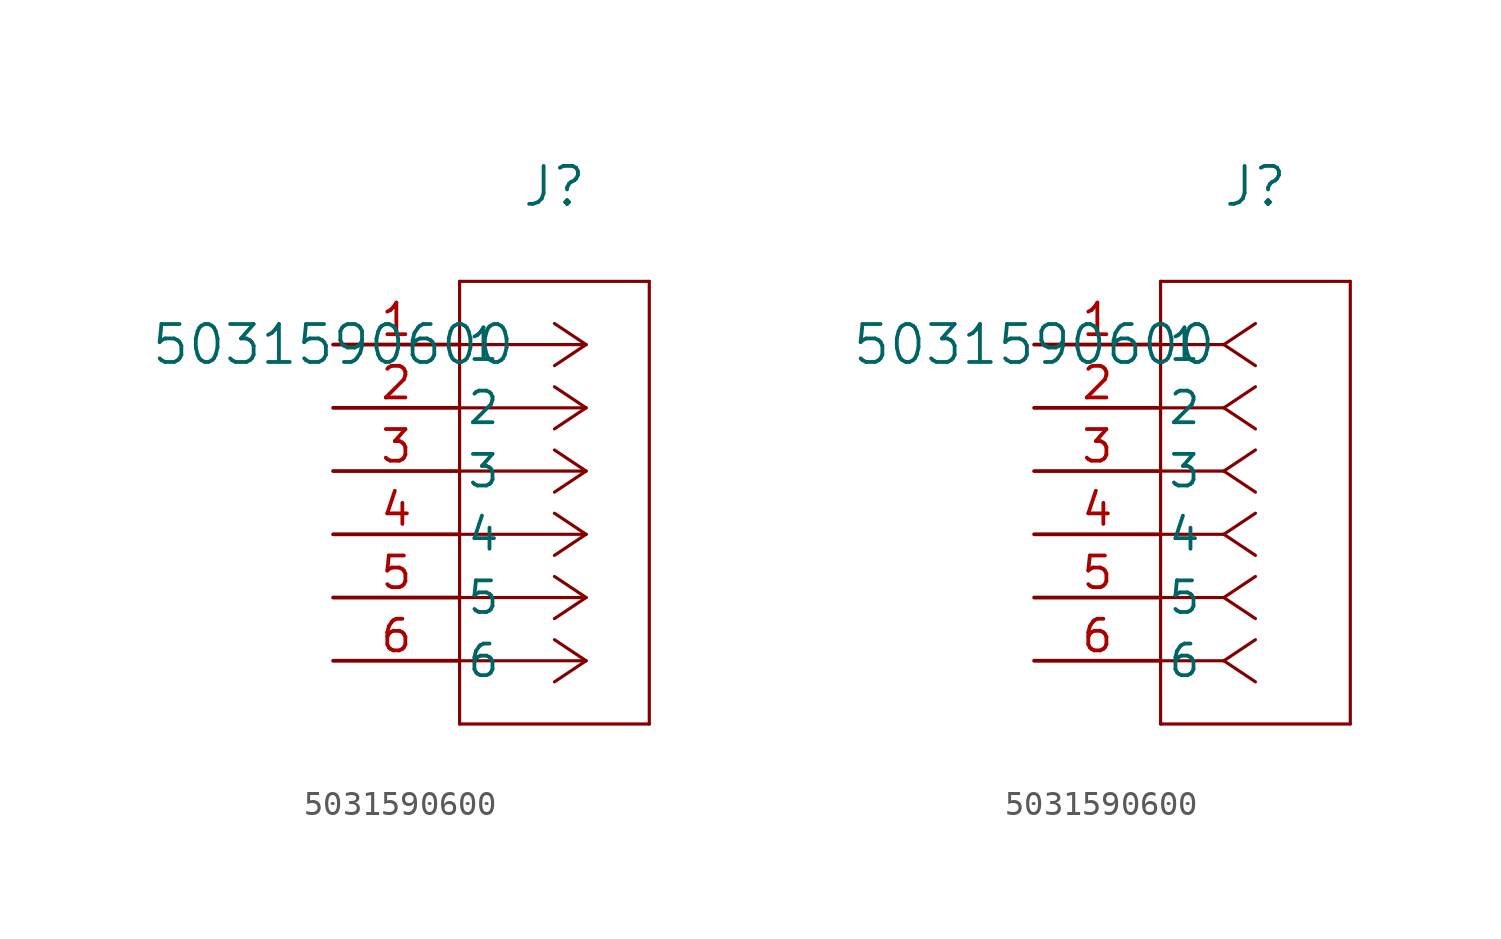
<source format=kicad_sym>
(kicad_symbol_lib
  (version 20211014)
  (generator kicad_symbol_editor)
  (symbol "5031590600"
    (pin_names
      (offset 0.254))
    (property "Reference" "J"
      (at 8.89 6.35 0)
      (effects (font (size 1.524 1.524))))
    (property "Value" "5031590600"
      (at 0 0 0)
      (effects (font (size 1.524 1.524))))
    (symbol "5031590600_1_1"
      (polyline (pts (xy 10.16 0) (xy 5.08 0)) (stroke (width 0.127) (type default) (color 0 0 0 0)) (fill (type none)))
      (polyline (pts (xy 10.16 -2.54) (xy 5.08 -2.54)) (stroke (width 0.127) (type default) (color 0 0 0 0)) (fill (type none)))
      (polyline (pts (xy 10.16 -5.08) (xy 5.08 -5.08)) (stroke (width 0.127) (type default) (color 0 0 0 0)) (fill (type none)))
      (polyline (pts (xy 10.16 -7.62) (xy 5.08 -7.62)) (stroke (width 0.127) (type default) (color 0 0 0 0)) (fill (type none)))
      (polyline (pts (xy 10.16 -10.16) (xy 5.08 -10.16)) (stroke (width 0.127) (type default) (color 0 0 0 0)) (fill (type none)))
      (polyline (pts (xy 10.16 -12.7) (xy 5.08 -12.7)) (stroke (width 0.127) (type default) (color 0 0 0 0)) (fill (type none)))
      (polyline (pts (xy 10.16 0) (xy 8.89 0.847)) (stroke (width 0.127) (type default) (color 0 0 0 0)) (fill (type none)))
      (polyline (pts (xy 10.16 -2.54) (xy 8.89 -1.693)) (stroke (width 0.127) (type default) (color 0 0 0 0)) (fill (type none)))
      (polyline (pts (xy 10.16 -5.08) (xy 8.89 -4.233)) (stroke (width 0.127) (type default) (color 0 0 0 0)) (fill (type none)))
      (polyline (pts (xy 10.16 -7.62) (xy 8.89 -6.773)) (stroke (width 0.127) (type default) (color 0 0 0 0)) (fill (type none)))
      (polyline (pts (xy 10.16 -10.16) (xy 8.89 -9.313)) (stroke (width 0.127) (type default) (color 0 0 0 0)) (fill (type none)))
      (polyline (pts (xy 10.16 -12.7) (xy 8.89 -11.853)) (stroke (width 0.127) (type default) (color 0 0 0 0)) (fill (type none)))
      (polyline (pts (xy 10.16 0) (xy 8.89 -0.847)) (stroke (width 0.127) (type default) (color 0 0 0 0)) (fill (type none)))
      (polyline (pts (xy 10.16 -2.54) (xy 8.89 -3.387)) (stroke (width 0.127) (type default) (color 0 0 0 0)) (fill (type none)))
      (polyline (pts (xy 10.16 -5.08) (xy 8.89 -5.927)) (stroke (width 0.127) (type default) (color 0 0 0 0)) (fill (type none)))
      (polyline (pts (xy 10.16 -7.62) (xy 8.89 -8.467)) (stroke (width 0.127) (type default) (color 0 0 0 0)) (fill (type none)))
      (polyline (pts (xy 10.16 -10.16) (xy 8.89 -11.007)) (stroke (width 0.127) (type default) (color 0 0 0 0)) (fill (type none)))
      (polyline (pts (xy 10.16 -12.7) (xy 8.89 -13.547)) (stroke (width 0.127) (type default) (color 0 0 0 0)) (fill (type none)))
      (polyline (pts (xy 5.08 2.54) (xy 5.08 -15.24)) (stroke (width 0.127) (type default) (color 0 0 0 0)) (fill (type none)))
      (polyline (pts (xy 5.08 -15.24) (xy 12.7 -15.24)) (stroke (width 0.127) (type default) (color 0 0 0 0)) (fill (type none)))
      (polyline (pts (xy 12.7 -15.24) (xy 12.7 2.54)) (stroke (width 0.127) (type default) (color 0 0 0 0)) (fill (type none)))
      (polyline (pts (xy 12.7 2.54) (xy 5.08 2.54)) (stroke (width 0.127) (type default) (color 0 0 0 0)) (fill (type none)))
      (pin unspecified line (at 0 0 0) (length 5.08) (name "1" (effects (font (size 1.27 1.27)))) (number "1" (effects (font (size 1.27 1.27)))))
      (pin unspecified line (at 0 -2.54 0) (length 5.08) (name "2" (effects (font (size 1.27 1.27)))) (number "2" (effects (font (size 1.27 1.27)))))
      (pin unspecified line (at 0 -5.08 0) (length 5.08) (name "3" (effects (font (size 1.27 1.27)))) (number "3" (effects (font (size 1.27 1.27)))))
      (pin unspecified line (at 0 -7.62 0) (length 5.08) (name "4" (effects (font (size 1.27 1.27)))) (number "4" (effects (font (size 1.27 1.27)))))
      (pin unspecified line (at 0 -10.16 0) (length 5.08) (name "5" (effects (font (size 1.27 1.27)))) (number "5" (effects (font (size 1.27 1.27)))))
      (pin unspecified line (at 0 -12.7 0) (length 5.08) (name "6" (effects (font (size 1.27 1.27)))) (number "6" (effects (font (size 1.27 1.27))))))
    (symbol "5031590600_1_2"
      (polyline (pts (xy 7.62 0) (xy 5.08 0)) (stroke (width 0.127) (type default) (color 0 0 0 0)) (fill (type none)))
      (polyline (pts (xy 7.62 -2.54) (xy 5.08 -2.54)) (stroke (width 0.127) (type default) (color 0 0 0 0)) (fill (type none)))
      (polyline (pts (xy 7.62 -5.08) (xy 5.08 -5.08)) (stroke (width 0.127) (type default) (color 0 0 0 0)) (fill (type none)))
      (polyline (pts (xy 7.62 -7.62) (xy 5.08 -7.62)) (stroke (width 0.127) (type default) (color 0 0 0 0)) (fill (type none)))
      (polyline (pts (xy 7.62 -10.16) (xy 5.08 -10.16)) (stroke (width 0.127) (type default) (color 0 0 0 0)) (fill (type none)))
      (polyline (pts (xy 7.62 -12.7) (xy 5.08 -12.7)) (stroke (width 0.127) (type default) (color 0 0 0 0)) (fill (type none)))
      (polyline (pts (xy 7.62 0) (xy 8.89 0.847)) (stroke (width 0.127) (type default) (color 0 0 0 0)) (fill (type none)))
      (polyline (pts (xy 7.62 -2.54) (xy 8.89 -1.693)) (stroke (width 0.127) (type default) (color 0 0 0 0)) (fill (type none)))
      (polyline (pts (xy 7.62 -5.08) (xy 8.89 -4.233)) (stroke (width 0.127) (type default) (color 0 0 0 0)) (fill (type none)))
      (polyline (pts (xy 7.62 -7.62) (xy 8.89 -6.773)) (stroke (width 0.127) (type default) (color 0 0 0 0)) (fill (type none)))
      (polyline (pts (xy 7.62 -10.16) (xy 8.89 -9.313)) (stroke (width 0.127) (type default) (color 0 0 0 0)) (fill (type none)))
      (polyline (pts (xy 7.62 -12.7) (xy 8.89 -11.853)) (stroke (width 0.127) (type default) (color 0 0 0 0)) (fill (type none)))
      (polyline (pts (xy 7.62 0) (xy 8.89 -0.847)) (stroke (width 0.127) (type default) (color 0 0 0 0)) (fill (type none)))
      (polyline (pts (xy 7.62 -2.54) (xy 8.89 -3.387)) (stroke (width 0.127) (type default) (color 0 0 0 0)) (fill (type none)))
      (polyline (pts (xy 7.62 -5.08) (xy 8.89 -5.927)) (stroke (width 0.127) (type default) (color 0 0 0 0)) (fill (type none)))
      (polyline (pts (xy 7.62 -7.62) (xy 8.89 -8.467)) (stroke (width 0.127) (type default) (color 0 0 0 0)) (fill (type none)))
      (polyline (pts (xy 7.62 -10.16) (xy 8.89 -11.007)) (stroke (width 0.127) (type default) (color 0 0 0 0)) (fill (type none)))
      (polyline (pts (xy 7.62 -12.7) (xy 8.89 -13.547)) (stroke (width 0.127) (type default) (color 0 0 0 0)) (fill (type none)))
      (polyline (pts (xy 5.08 2.54) (xy 5.08 -15.24)) (stroke (width 0.127) (type default) (color 0 0 0 0)) (fill (type none)))
      (polyline (pts (xy 5.08 -15.24) (xy 12.7 -15.24)) (stroke (width 0.127) (type default) (color 0 0 0 0)) (fill (type none)))
      (polyline (pts (xy 12.7 -15.24) (xy 12.7 2.54)) (stroke (width 0.127) (type default) (color 0 0 0 0)) (fill (type none)))
      (polyline (pts (xy 12.7 2.54) (xy 5.08 2.54)) (stroke (width 0.127) (type default) (color 0 0 0 0)) (fill (type none)))
      (pin unspecified line (at 0 0 0) (length 5.08) (name "1" (effects (font (size 1.27 1.27)))) (number "1" (effects (font (size 1.27 1.27)))))
      (pin unspecified line (at 0 -2.54 0) (length 5.08) (name "2" (effects (font (size 1.27 1.27)))) (number "2" (effects (font (size 1.27 1.27)))))
      (pin unspecified line (at 0 -5.08 0) (length 5.08) (name "3" (effects (font (size 1.27 1.27)))) (number "3" (effects (font (size 1.27 1.27)))))
      (pin unspecified line (at 0 -7.62 0) (length 5.08) (name "4" (effects (font (size 1.27 1.27)))) (number "4" (effects (font (size 1.27 1.27)))))
      (pin unspecified line (at 0 -10.16 0) (length 5.08) (name "5" (effects (font (size 1.27 1.27)))) (number "5" (effects (font (size 1.27 1.27)))))
      (pin unspecified line (at 0 -12.7 0) (length 5.08) (name "6" (effects (font (size 1.27 1.27)))) (number "6" (effects (font (size 1.27 1.27))))))))
</source>
